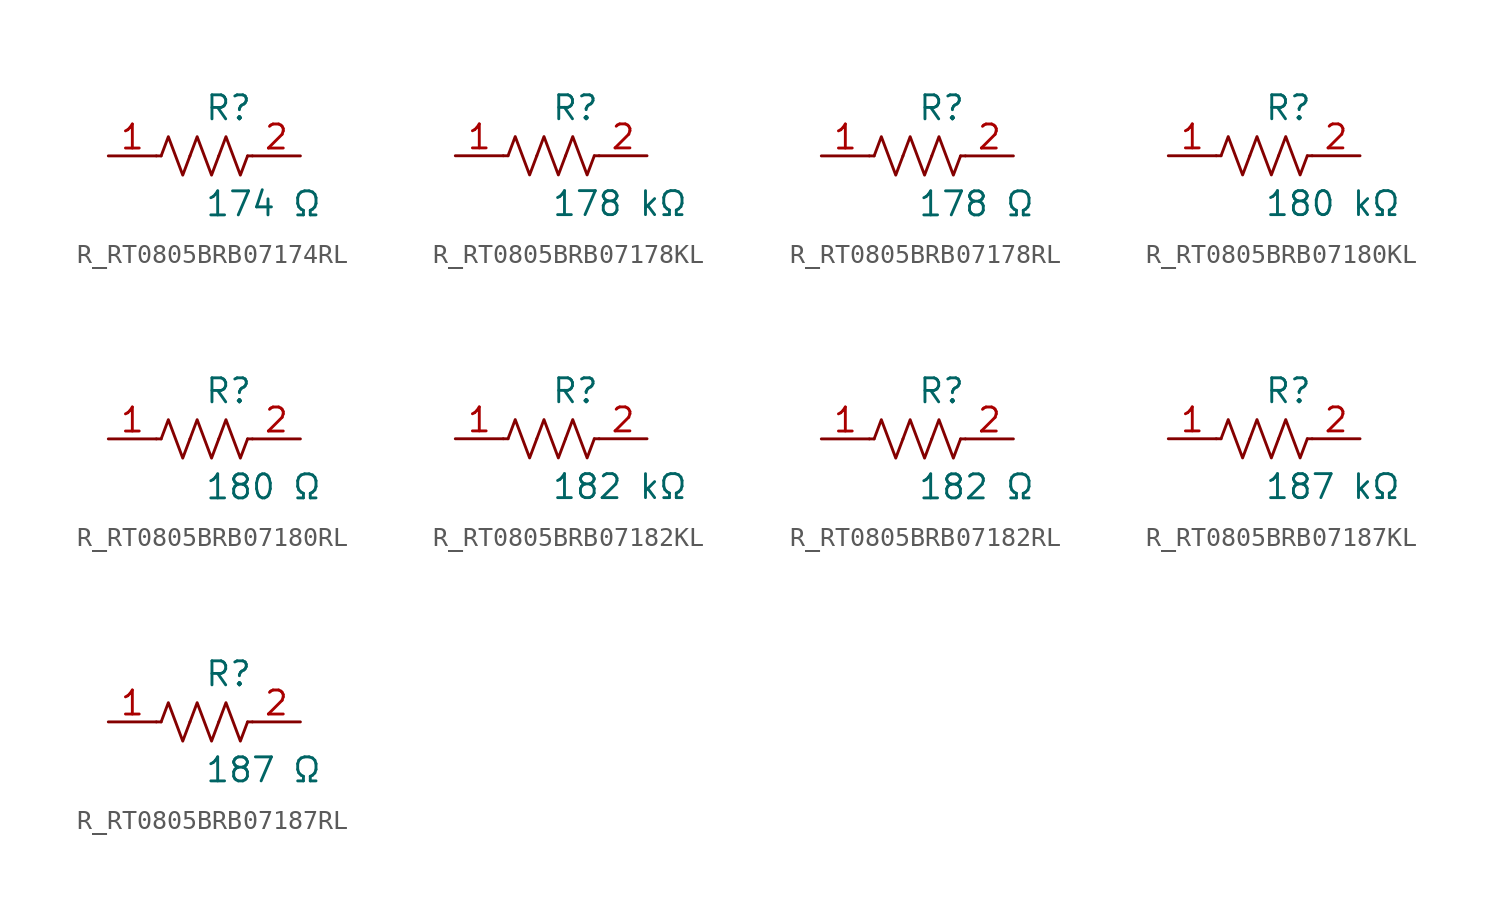
<source format=kicad_sym>
(kicad_symbol_lib
  (version 20231120)
  (generator kicad_symbol_editor)
  (generator_version 8.0)
  (symbol "R_RT0805BRB07174RL"
    (pin_names
      (offset 0.254))
    (property "Reference" "R"
      (at 0 2.54 0)
      (effects (font (size 1.27 1.27)) (justify left)))
    (property "Value" "174 Ω"
      (at 0 -2.54 0)
      (effects (font (size 1.27 1.27)) (justify left)))
    (symbol "R_RT0805BRB07174RL_0_1"
      (polyline (pts (xy 2.286 0) (xy 2.54 0)) (stroke (width 0) (type default)) (fill (type none)))
      (polyline (pts (xy -2.286 0) (xy -2.54 0)) (stroke (width 0) (type default)) (fill (type none)))
      (polyline (pts (xy 0.762 0) (xy 1.143 1.016) (xy 1.524 0) (xy 1.905 -1.016) (xy 2.286 0)) (stroke (width 0) (type default)) (fill (type none)))
      (polyline (pts (xy -0.762 0) (xy -0.381 1.016) (xy 0 0) (xy 0.381 -1.016) (xy 0.762 0)) (stroke (width 0) (type default)) (fill (type none)))
      (polyline (pts (xy -2.286 0) (xy -1.905 1.016) (xy -1.524 0) (xy -1.143 -1.016) (xy -0.762 0)) (stroke (width 0) (type default)) (fill (type none))))
    (pin unspecified line
      (at -5.08 0 0)
      (length 2.54)
      (name "" (effects (font (size 1.27 1.27))))
      (number "1" (effects (font (size 1.27 1.27)))))
    (pin unspecified line
      (at 5.08 0 180)
      (length 2.54)
      (name "" (effects (font (size 1.27 1.27))))
      (number "2" (effects (font (size 1.27 1.27))))))
  (symbol "R_RT0805BRB07178KL"
    (pin_names
      (offset 0.254))
    (property "Reference" "R"
      (at 0 2.54 0)
      (effects (font (size 1.27 1.27)) (justify left)))
    (property "Value" "178 kΩ"
      (at 0 -2.54 0)
      (effects (font (size 1.27 1.27)) (justify left)))
    (symbol "R_RT0805BRB07178KL_0_1"
      (polyline (pts (xy 2.286 0) (xy 2.54 0)) (stroke (width 0) (type default)) (fill (type none)))
      (polyline (pts (xy -2.286 0) (xy -2.54 0)) (stroke (width 0) (type default)) (fill (type none)))
      (polyline (pts (xy 0.762 0) (xy 1.143 1.016) (xy 1.524 0) (xy 1.905 -1.016) (xy 2.286 0)) (stroke (width 0) (type default)) (fill (type none)))
      (polyline (pts (xy -0.762 0) (xy -0.381 1.016) (xy 0 0) (xy 0.381 -1.016) (xy 0.762 0)) (stroke (width 0) (type default)) (fill (type none)))
      (polyline (pts (xy -2.286 0) (xy -1.905 1.016) (xy -1.524 0) (xy -1.143 -1.016) (xy -0.762 0)) (stroke (width 0) (type default)) (fill (type none))))
    (pin unspecified line
      (at -5.08 0 0)
      (length 2.54)
      (name "" (effects (font (size 1.27 1.27))))
      (number "1" (effects (font (size 1.27 1.27)))))
    (pin unspecified line
      (at 5.08 0 180)
      (length 2.54)
      (name "" (effects (font (size 1.27 1.27))))
      (number "2" (effects (font (size 1.27 1.27))))))
  (symbol "R_RT0805BRB07178RL"
    (pin_names
      (offset 0.254))
    (property "Reference" "R"
      (at 0 2.54 0)
      (effects (font (size 1.27 1.27)) (justify left)))
    (property "Value" "178 Ω"
      (at 0 -2.54 0)
      (effects (font (size 1.27 1.27)) (justify left)))
    (symbol "R_RT0805BRB07178RL_0_1"
      (polyline (pts (xy 2.286 0) (xy 2.54 0)) (stroke (width 0) (type default)) (fill (type none)))
      (polyline (pts (xy -2.286 0) (xy -2.54 0)) (stroke (width 0) (type default)) (fill (type none)))
      (polyline (pts (xy 0.762 0) (xy 1.143 1.016) (xy 1.524 0) (xy 1.905 -1.016) (xy 2.286 0)) (stroke (width 0) (type default)) (fill (type none)))
      (polyline (pts (xy -0.762 0) (xy -0.381 1.016) (xy 0 0) (xy 0.381 -1.016) (xy 0.762 0)) (stroke (width 0) (type default)) (fill (type none)))
      (polyline (pts (xy -2.286 0) (xy -1.905 1.016) (xy -1.524 0) (xy -1.143 -1.016) (xy -0.762 0)) (stroke (width 0) (type default)) (fill (type none))))
    (pin unspecified line
      (at -5.08 0 0)
      (length 2.54)
      (name "" (effects (font (size 1.27 1.27))))
      (number "1" (effects (font (size 1.27 1.27)))))
    (pin unspecified line
      (at 5.08 0 180)
      (length 2.54)
      (name "" (effects (font (size 1.27 1.27))))
      (number "2" (effects (font (size 1.27 1.27))))))
  (symbol "R_RT0805BRB07180KL"
    (pin_names
      (offset 0.254))
    (property "Reference" "R"
      (at 0 2.54 0)
      (effects (font (size 1.27 1.27)) (justify left)))
    (property "Value" "180 kΩ"
      (at 0 -2.54 0)
      (effects (font (size 1.27 1.27)) (justify left)))
    (symbol "R_RT0805BRB07180KL_0_1"
      (polyline (pts (xy 2.286 0) (xy 2.54 0)) (stroke (width 0) (type default)) (fill (type none)))
      (polyline (pts (xy -2.286 0) (xy -2.54 0)) (stroke (width 0) (type default)) (fill (type none)))
      (polyline (pts (xy 0.762 0) (xy 1.143 1.016) (xy 1.524 0) (xy 1.905 -1.016) (xy 2.286 0)) (stroke (width 0) (type default)) (fill (type none)))
      (polyline (pts (xy -0.762 0) (xy -0.381 1.016) (xy 0 0) (xy 0.381 -1.016) (xy 0.762 0)) (stroke (width 0) (type default)) (fill (type none)))
      (polyline (pts (xy -2.286 0) (xy -1.905 1.016) (xy -1.524 0) (xy -1.143 -1.016) (xy -0.762 0)) (stroke (width 0) (type default)) (fill (type none))))
    (pin unspecified line
      (at -5.08 0 0)
      (length 2.54)
      (name "" (effects (font (size 1.27 1.27))))
      (number "1" (effects (font (size 1.27 1.27)))))
    (pin unspecified line
      (at 5.08 0 180)
      (length 2.54)
      (name "" (effects (font (size 1.27 1.27))))
      (number "2" (effects (font (size 1.27 1.27))))))
  (symbol "R_RT0805BRB07180RL"
    (pin_names
      (offset 0.254))
    (property "Reference" "R"
      (at 0 2.54 0)
      (effects (font (size 1.27 1.27)) (justify left)))
    (property "Value" "180 Ω"
      (at 0 -2.54 0)
      (effects (font (size 1.27 1.27)) (justify left)))
    (symbol "R_RT0805BRB07180RL_0_1"
      (polyline (pts (xy 2.286 0) (xy 2.54 0)) (stroke (width 0) (type default)) (fill (type none)))
      (polyline (pts (xy -2.286 0) (xy -2.54 0)) (stroke (width 0) (type default)) (fill (type none)))
      (polyline (pts (xy 0.762 0) (xy 1.143 1.016) (xy 1.524 0) (xy 1.905 -1.016) (xy 2.286 0)) (stroke (width 0) (type default)) (fill (type none)))
      (polyline (pts (xy -0.762 0) (xy -0.381 1.016) (xy 0 0) (xy 0.381 -1.016) (xy 0.762 0)) (stroke (width 0) (type default)) (fill (type none)))
      (polyline (pts (xy -2.286 0) (xy -1.905 1.016) (xy -1.524 0) (xy -1.143 -1.016) (xy -0.762 0)) (stroke (width 0) (type default)) (fill (type none))))
    (pin unspecified line
      (at -5.08 0 0)
      (length 2.54)
      (name "" (effects (font (size 1.27 1.27))))
      (number "1" (effects (font (size 1.27 1.27)))))
    (pin unspecified line
      (at 5.08 0 180)
      (length 2.54)
      (name "" (effects (font (size 1.27 1.27))))
      (number "2" (effects (font (size 1.27 1.27))))))
  (symbol "R_RT0805BRB07182KL"
    (pin_names
      (offset 0.254))
    (property "Reference" "R"
      (at 0 2.54 0)
      (effects (font (size 1.27 1.27)) (justify left)))
    (property "Value" "182 kΩ"
      (at 0 -2.54 0)
      (effects (font (size 1.27 1.27)) (justify left)))
    (symbol "R_RT0805BRB07182KL_0_1"
      (polyline (pts (xy 2.286 0) (xy 2.54 0)) (stroke (width 0) (type default)) (fill (type none)))
      (polyline (pts (xy -2.286 0) (xy -2.54 0)) (stroke (width 0) (type default)) (fill (type none)))
      (polyline (pts (xy 0.762 0) (xy 1.143 1.016) (xy 1.524 0) (xy 1.905 -1.016) (xy 2.286 0)) (stroke (width 0) (type default)) (fill (type none)))
      (polyline (pts (xy -0.762 0) (xy -0.381 1.016) (xy 0 0) (xy 0.381 -1.016) (xy 0.762 0)) (stroke (width 0) (type default)) (fill (type none)))
      (polyline (pts (xy -2.286 0) (xy -1.905 1.016) (xy -1.524 0) (xy -1.143 -1.016) (xy -0.762 0)) (stroke (width 0) (type default)) (fill (type none))))
    (pin unspecified line
      (at -5.08 0 0)
      (length 2.54)
      (name "" (effects (font (size 1.27 1.27))))
      (number "1" (effects (font (size 1.27 1.27)))))
    (pin unspecified line
      (at 5.08 0 180)
      (length 2.54)
      (name "" (effects (font (size 1.27 1.27))))
      (number "2" (effects (font (size 1.27 1.27))))))
  (symbol "R_RT0805BRB07182RL"
    (pin_names
      (offset 0.254))
    (property "Reference" "R"
      (at 0 2.54 0)
      (effects (font (size 1.27 1.27)) (justify left)))
    (property "Value" "182 Ω"
      (at 0 -2.54 0)
      (effects (font (size 1.27 1.27)) (justify left)))
    (symbol "R_RT0805BRB07182RL_0_1"
      (polyline (pts (xy 2.286 0) (xy 2.54 0)) (stroke (width 0) (type default)) (fill (type none)))
      (polyline (pts (xy -2.286 0) (xy -2.54 0)) (stroke (width 0) (type default)) (fill (type none)))
      (polyline (pts (xy 0.762 0) (xy 1.143 1.016) (xy 1.524 0) (xy 1.905 -1.016) (xy 2.286 0)) (stroke (width 0) (type default)) (fill (type none)))
      (polyline (pts (xy -0.762 0) (xy -0.381 1.016) (xy 0 0) (xy 0.381 -1.016) (xy 0.762 0)) (stroke (width 0) (type default)) (fill (type none)))
      (polyline (pts (xy -2.286 0) (xy -1.905 1.016) (xy -1.524 0) (xy -1.143 -1.016) (xy -0.762 0)) (stroke (width 0) (type default)) (fill (type none))))
    (pin unspecified line
      (at -5.08 0 0)
      (length 2.54)
      (name "" (effects (font (size 1.27 1.27))))
      (number "1" (effects (font (size 1.27 1.27)))))
    (pin unspecified line
      (at 5.08 0 180)
      (length 2.54)
      (name "" (effects (font (size 1.27 1.27))))
      (number "2" (effects (font (size 1.27 1.27))))))
  (symbol "R_RT0805BRB07187KL"
    (pin_names
      (offset 0.254))
    (property "Reference" "R"
      (at 0 2.54 0)
      (effects (font (size 1.27 1.27)) (justify left)))
    (property "Value" "187 kΩ"
      (at 0 -2.54 0)
      (effects (font (size 1.27 1.27)) (justify left)))
    (symbol "R_RT0805BRB07187KL_0_1"
      (polyline (pts (xy 2.286 0) (xy 2.54 0)) (stroke (width 0) (type default)) (fill (type none)))
      (polyline (pts (xy -2.286 0) (xy -2.54 0)) (stroke (width 0) (type default)) (fill (type none)))
      (polyline (pts (xy 0.762 0) (xy 1.143 1.016) (xy 1.524 0) (xy 1.905 -1.016) (xy 2.286 0)) (stroke (width 0) (type default)) (fill (type none)))
      (polyline (pts (xy -0.762 0) (xy -0.381 1.016) (xy 0 0) (xy 0.381 -1.016) (xy 0.762 0)) (stroke (width 0) (type default)) (fill (type none)))
      (polyline (pts (xy -2.286 0) (xy -1.905 1.016) (xy -1.524 0) (xy -1.143 -1.016) (xy -0.762 0)) (stroke (width 0) (type default)) (fill (type none))))
    (pin unspecified line
      (at -5.08 0 0)
      (length 2.54)
      (name "" (effects (font (size 1.27 1.27))))
      (number "1" (effects (font (size 1.27 1.27)))))
    (pin unspecified line
      (at 5.08 0 180)
      (length 2.54)
      (name "" (effects (font (size 1.27 1.27))))
      (number "2" (effects (font (size 1.27 1.27))))))
  (symbol "R_RT0805BRB07187RL"
    (pin_names
      (offset 0.254))
    (property "Reference" "R"
      (at 0 2.54 0)
      (effects (font (size 1.27 1.27)) (justify left)))
    (property "Value" "187 Ω"
      (at 0 -2.54 0)
      (effects (font (size 1.27 1.27)) (justify left)))
    (symbol "R_RT0805BRB07187RL_0_1"
      (polyline (pts (xy 2.286 0) (xy 2.54 0)) (stroke (width 0) (type default)) (fill (type none)))
      (polyline (pts (xy -2.286 0) (xy -2.54 0)) (stroke (width 0) (type default)) (fill (type none)))
      (polyline (pts (xy 0.762 0) (xy 1.143 1.016) (xy 1.524 0) (xy 1.905 -1.016) (xy 2.286 0)) (stroke (width 0) (type default)) (fill (type none)))
      (polyline (pts (xy -0.762 0) (xy -0.381 1.016) (xy 0 0) (xy 0.381 -1.016) (xy 0.762 0)) (stroke (width 0) (type default)) (fill (type none)))
      (polyline (pts (xy -2.286 0) (xy -1.905 1.016) (xy -1.524 0) (xy -1.143 -1.016) (xy -0.762 0)) (stroke (width 0) (type default)) (fill (type none))))
    (pin unspecified line
      (at -5.08 0 0)
      (length 2.54)
      (name "" (effects (font (size 1.27 1.27))))
      (number "1" (effects (font (size 1.27 1.27)))))
    (pin unspecified line
      (at 5.08 0 180)
      (length 2.54)
      (name "" (effects (font (size 1.27 1.27))))
      (number "2" (effects (font (size 1.27 1.27)))))))
</source>
